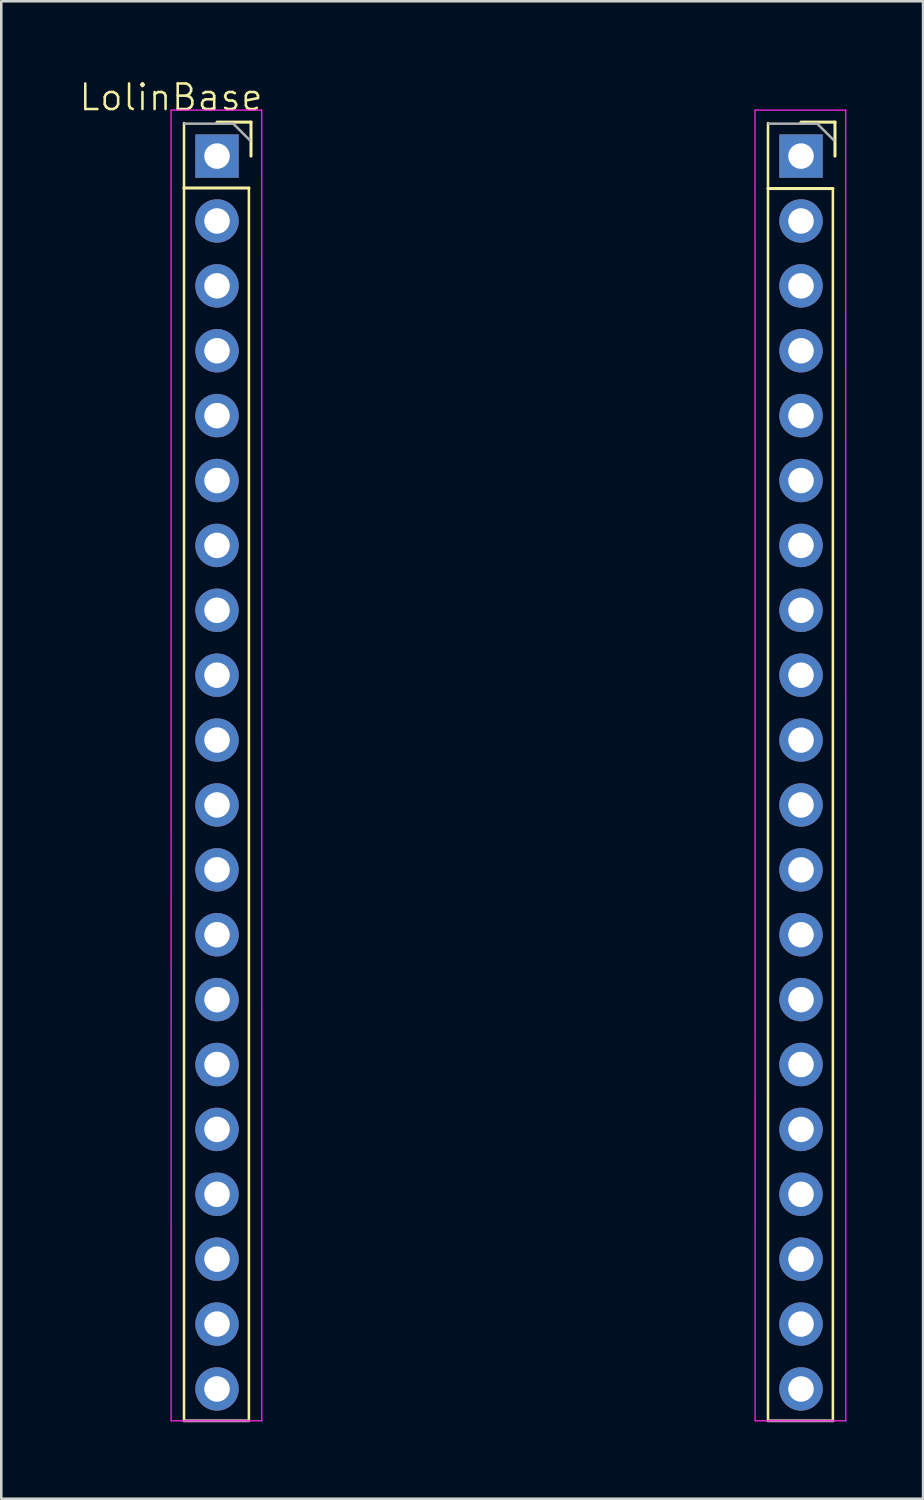
<source format=kicad_pcb>
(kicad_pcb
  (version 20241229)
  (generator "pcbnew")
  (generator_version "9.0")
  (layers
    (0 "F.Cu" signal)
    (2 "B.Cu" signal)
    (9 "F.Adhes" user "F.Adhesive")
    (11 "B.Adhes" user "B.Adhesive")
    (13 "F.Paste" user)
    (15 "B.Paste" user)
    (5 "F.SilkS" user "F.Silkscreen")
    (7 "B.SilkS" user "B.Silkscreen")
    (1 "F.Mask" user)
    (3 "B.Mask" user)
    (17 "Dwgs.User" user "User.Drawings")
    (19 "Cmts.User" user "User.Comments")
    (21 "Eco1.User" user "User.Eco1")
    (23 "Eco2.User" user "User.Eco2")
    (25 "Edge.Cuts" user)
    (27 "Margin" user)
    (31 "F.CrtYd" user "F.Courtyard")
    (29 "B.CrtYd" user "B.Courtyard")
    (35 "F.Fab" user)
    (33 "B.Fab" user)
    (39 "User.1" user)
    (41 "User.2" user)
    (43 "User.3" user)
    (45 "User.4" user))
  (footprint "LolinBase"
    (layer "F.Cu")
    (at 3.645 1.26)
    (property "Reference" "LolinBase" (at 0 -0.5 0) (unlocked yes) (layer "F.SilkS") (effects (font (size 1 1) (thickness 0.1))))
    (attr through_hole)
    (fp_line (start 0.508 0.508) (end 0.508 51.308) (stroke (width 0.1) (type default)) (layer "F.SilkS"))
    (fp_line (start 0.508 3.048) (end 3.048 3.048) (stroke (width 0.12) (type solid)) (layer "F.SilkS"))
    (fp_line (start 0.508 51.308) (end 3.048 51.308) (stroke (width 0.1) (type default)) (layer "F.SilkS"))
    (fp_line (start 1.8 0.47) (end 3.13 0.47) (stroke (width 0.12) (type solid)) (layer "F.SilkS"))
    (fp_line (start 3.048 51.308) (end 3.048 3.048) (stroke (width 0.1) (type default)) (layer "F.SilkS"))
    (fp_line (start 3.13 0.47) (end 3.13 1.8) (stroke (width 0.12) (type solid)) (layer "F.SilkS"))
    (fp_line (start 23.368 0.508) (end 23.368 51.308) (stroke (width 0.1) (type default)) (layer "F.SilkS"))
    (fp_line (start 23.368 3.07) (end 25.908 3.07) (stroke (width 0.12) (type solid)) (layer "F.SilkS"))
    (fp_line (start 23.368 51.308) (end 25.908 51.308) (stroke (width 0.1) (type default)) (layer "F.SilkS"))
    (fp_line (start 24.66 0.47) (end 25.99 0.47) (stroke (width 0.12) (type solid)) (layer "F.SilkS"))
    (fp_line (start 25.908 51.308) (end 25.908 3.07) (stroke (width 0.1) (type default)) (layer "F.SilkS"))
    (fp_line (start 25.99 0.47) (end 25.99 1.8) (stroke (width 0.12) (type solid)) (layer "F.SilkS"))
    (fp_line (start 0 0) (end 3.55 0) (stroke (width 0.05) (type solid)) (layer "F.CrtYd"))
    (fp_line (start 0.003 51.308) (end 0 0) (stroke (width 0.05) (type solid)) (layer "F.CrtYd"))
    (fp_line (start 3.55 0) (end 3.553 51.308) (stroke (width 0.05) (type solid)) (layer "F.CrtYd"))
    (fp_line (start 3.553 51.308) (end 0.003 51.308) (stroke (width 0.05) (type solid)) (layer "F.CrtYd"))
    (fp_line (start 22.86 0) (end 26.41 0) (stroke (width 0.05) (type solid)) (layer "F.CrtYd"))
    (fp_line (start 22.863 51.308) (end 22.86 0) (stroke (width 0.05) (type solid)) (layer "F.CrtYd"))
    (fp_line (start 26.41 0) (end 26.413 51.308) (stroke (width 0.05) (type solid)) (layer "F.CrtYd"))
    (fp_line (start 26.413 51.308) (end 22.863 51.308) (stroke (width 0.05) (type solid)) (layer "F.CrtYd"))
    (fp_line (start 0.53 0.53) (end 2.435 0.53) (stroke (width 0.1) (type solid)) (layer "F.Fab"))
    (fp_line (start 2.435 0.53) (end 3.07 1.165) (stroke (width 0.1) (type solid)) (layer "F.Fab"))
    (fp_line (start 3.048 51.308) (end 0.508 51.308) (stroke (width 0.1) (type solid)) (layer "F.Fab"))
    (fp_line (start 23.39 0.53) (end 25.295 0.53) (stroke (width 0.1) (type solid)) (layer "F.Fab"))
    (fp_line (start 25.295 0.53) (end 25.93 1.165) (stroke (width 0.1) (type solid)) (layer "F.Fab"))
    (fp_line (start 25.93 51.308) (end 23.39 51.308) (stroke (width 0.1) (type solid)) (layer "F.Fab"))
    (pad "1" thru_hole rect (at 1.8 1.8) (size 1.7 1.7) (drill 1) (layers "*.Cu" "*.Mask"))
    (pad "2" thru_hole oval (at 1.8 4.34) (size 1.7 1.7) (drill 1) (layers "*.Cu" "*.Mask"))
    (pad "3" thru_hole oval (at 1.8 6.88) (size 1.7 1.7) (drill 1) (layers "*.Cu" "*.Mask"))
    (pad "4" thru_hole oval (at 1.8 9.42) (size 1.7 1.7) (drill 1) (layers "*.Cu" "*.Mask"))
    (pad "5" thru_hole oval (at 1.8 11.96) (size 1.7 1.7) (drill 1) (layers "*.Cu" "*.Mask"))
    (pad "6" thru_hole oval (at 1.8 14.5) (size 1.7 1.7) (drill 1) (layers "*.Cu" "*.Mask"))
    (pad "7" thru_hole oval (at 1.8 17.04) (size 1.7 1.7) (drill 1) (layers "*.Cu" "*.Mask"))
    (pad "8" thru_hole oval (at 1.8 19.58) (size 1.7 1.7) (drill 1) (layers "*.Cu" "*.Mask"))
    (pad "9" thru_hole oval (at 1.8 22.12) (size 1.7 1.7) (drill 1) (layers "*.Cu" "*.Mask"))
    (pad "10" thru_hole oval (at 1.8 24.66) (size 1.7 1.7) (drill 1) (layers "*.Cu" "*.Mask"))
    (pad "11" thru_hole oval (at 1.8 27.2) (size 1.7 1.7) (drill 1) (layers "*.Cu" "*.Mask"))
    (pad "12" thru_hole oval (at 1.8 29.74) (size 1.7 1.7) (drill 1) (layers "*.Cu" "*.Mask"))
    (pad "13" thru_hole oval (at 1.8 32.28) (size 1.7 1.7) (drill 1) (layers "*.Cu" "*.Mask"))
    (pad "14" thru_hole oval (at 1.8 34.82) (size 1.7 1.7) (drill 1) (layers "*.Cu" "*.Mask"))
    (pad "15" thru_hole oval (at 1.8 37.36) (size 1.7 1.7) (drill 1) (layers "*.Cu" "*.Mask"))
    (pad "16" thru_hole oval (at 1.8 39.9) (size 1.7 1.7) (drill 1) (layers "*.Cu" "*.Mask"))
    (pad "17" thru_hole oval (at 1.8 42.44) (size 1.7 1.7) (drill 1) (layers "*.Cu" "*.Mask"))
    (pad "18" thru_hole oval (at 1.8 44.98) (size 1.7 1.7) (drill 1) (layers "*.Cu" "*.Mask"))
    (pad "19" thru_hole oval (at 1.8 47.52) (size 1.7 1.7) (drill 1) (layers "*.Cu" "*.Mask"))
    (pad "20" thru_hole oval (at 1.8 50.06) (size 1.7 1.7) (drill 1) (layers "*.Cu" "*.Mask"))
    (pad "21" thru_hole rect (at 24.66 1.8) (size 1.7 1.7) (drill 1) (layers "*.Cu" "*.Mask"))
    (pad "22" thru_hole oval (at 24.66 4.34) (size 1.7 1.7) (drill 1) (layers "*.Cu" "*.Mask"))
    (pad "23" thru_hole oval (at 24.66 6.88) (size 1.7 1.7) (drill 1) (layers "*.Cu" "*.Mask"))
    (pad "24" thru_hole oval (at 24.66 9.42) (size 1.7 1.7) (drill 1) (layers "*.Cu" "*.Mask"))
    (pad "25" thru_hole oval (at 24.66 11.96) (size 1.7 1.7) (drill 1) (layers "*.Cu" "*.Mask"))
    (pad "26" thru_hole oval (at 24.66 14.5) (size 1.7 1.7) (drill 1) (layers "*.Cu" "*.Mask"))
    (pad "27" thru_hole oval (at 24.66 17.04) (size 1.7 1.7) (drill 1) (layers "*.Cu" "*.Mask"))
    (pad "28" thru_hole oval (at 24.66 19.58) (size 1.7 1.7) (drill 1) (layers "*.Cu" "*.Mask"))
    (pad "29" thru_hole oval (at 24.66 22.12) (size 1.7 1.7) (drill 1) (layers "*.Cu" "*.Mask"))
    (pad "30" thru_hole oval (at 24.66 24.66) (size 1.7 1.7) (drill 1) (layers "*.Cu" "*.Mask"))
    (pad "31" thru_hole oval (at 24.66 27.2) (size 1.7 1.7) (drill 1) (layers "*.Cu" "*.Mask"))
    (pad "32" thru_hole oval (at 24.66 29.74) (size 1.7 1.7) (drill 1) (layers "*.Cu" "*.Mask"))
    (pad "33" thru_hole oval (at 24.66 32.28) (size 1.7 1.7) (drill 1) (layers "*.Cu" "*.Mask"))
    (pad "34" thru_hole oval (at 24.66 34.82) (size 1.7 1.7) (drill 1) (layers "*.Cu" "*.Mask"))
    (pad "35" thru_hole oval (at 24.66 37.36) (size 1.7 1.7) (drill 1) (layers "*.Cu" "*.Mask"))
    (pad "36" thru_hole oval (at 24.66 39.9) (size 1.7 1.7) (drill 1) (layers "*.Cu" "*.Mask"))
    (pad "37" thru_hole oval (at 24.66 42.44) (size 1.7 1.7) (drill 1) (layers "*.Cu" "*.Mask"))
    (pad "38" thru_hole oval (at 24.66 44.98) (size 1.7 1.7) (drill 1) (layers "*.Cu" "*.Mask"))
    (pad "39" thru_hole oval (at 24.66 47.52) (size 1.7 1.7) (drill 1) (layers "*.Cu" "*.Mask"))
    (pad "40" thru_hole oval (at 24.66 50.06) (size 1.7 1.7) (drill 1) (layers "*.Cu" "*.Mask")))
  (gr_rect
    (start -3 -3)
    (end 33.083 55.618)
    (stroke (width 0.1) (type default))
    (fill no)
    (layer "Edge.Cuts")))
</source>
